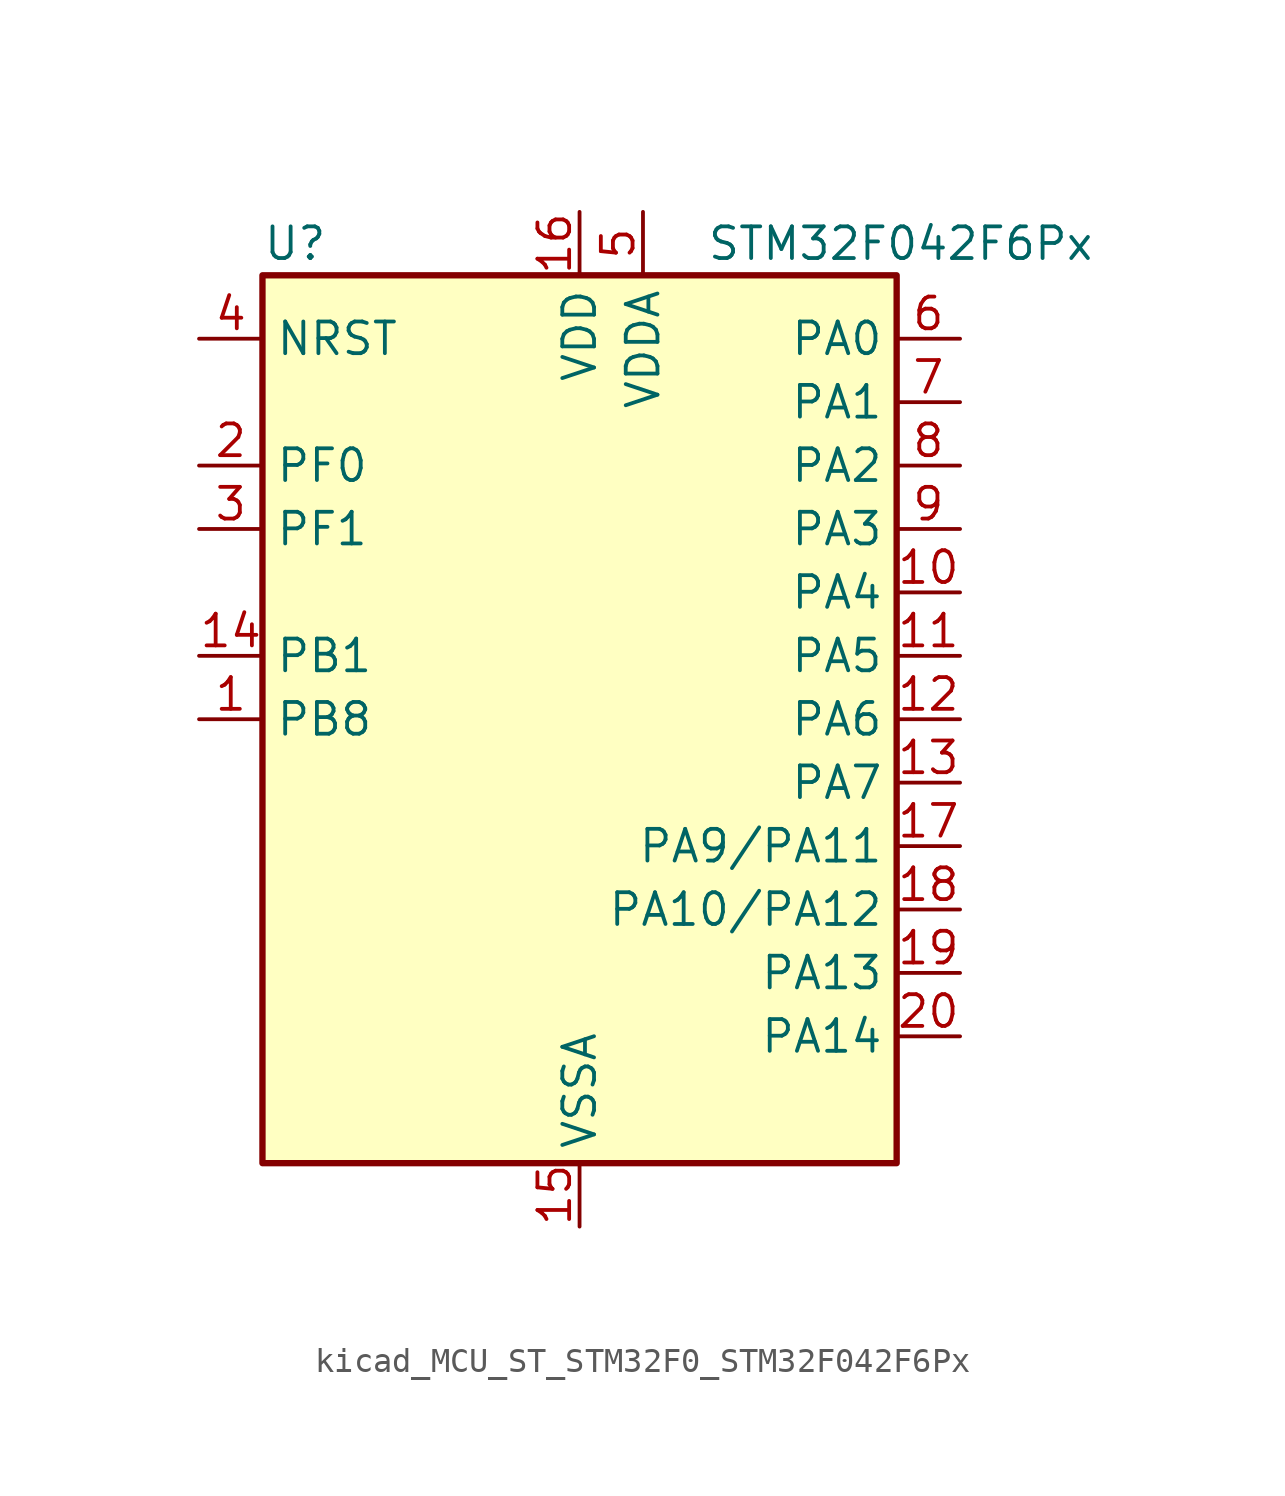
<source format=kicad_sym>
(kicad_symbol_lib
  (version 20220914)
  (generator kicad_symbol_editor)
  (symbol "kicad_MCU_ST_STM32F0_STM32F042F6Px"
    (property "Reference" "U"
      (at -12.7 19.05 0)
      (effects (font (size 1.27 1.27)) (justify left)))
    (property "Value" "STM32F042F6Px"
      (at 5.08 19.05 0)
      (effects (font (size 1.27 1.27)) (justify left)))
    (property "ki_locked" ""
      (at 0 0 0)
      (effects (font (size 1.27 1.27))))
    (symbol "kicad_MCU_ST_STM32F0_STM32F042F6Px_0_1"
      (rectangle (start -12.7 -17.78) (end 12.7 17.78) (stroke (width 0.254) (type default)) (fill (type background))))
    (symbol "kicad_MCU_ST_STM32F0_STM32F042F6Px_1_1"
      (pin bidirectional line (at -15.24 0 0) (length 2.54) (name "PB8" (effects (font (size 1.27 1.27)))) (number "1" (effects (font (size 1.27 1.27)))) (alternate "CAN_RX" bidirectional line) (alternate "CEC" bidirectional line) (alternate "I2C1_SCL" bidirectional line) (alternate "TIM16_CH1" bidirectional line) (alternate "TSC_SYNC" bidirectional line))
      (pin bidirectional line (at 15.24 5.08 180) (length 2.54) (name "PA4" (effects (font (size 1.27 1.27)))) (number "10" (effects (font (size 1.27 1.27)))) (alternate "ADC_IN4" bidirectional line) (alternate "I2S1_WS" bidirectional line) (alternate "SPI1_NSS" bidirectional line) (alternate "TIM14_CH1" bidirectional line) (alternate "TSC_G2_IO1" bidirectional line) (alternate "USART2_CK" bidirectional line) (alternate "USB_NOE" bidirectional line))
      (pin bidirectional line (at 15.24 2.54 180) (length 2.54) (name "PA5" (effects (font (size 1.27 1.27)))) (number "11" (effects (font (size 1.27 1.27)))) (alternate "ADC_IN5" bidirectional line) (alternate "CEC" bidirectional line) (alternate "I2S1_CK" bidirectional line) (alternate "SPI1_SCK" bidirectional line) (alternate "TIM2_CH1" bidirectional line) (alternate "TIM2_ETR" bidirectional line) (alternate "TSC_G2_IO2" bidirectional line))
      (pin bidirectional line (at 15.24 0 180) (length 2.54) (name "PA6" (effects (font (size 1.27 1.27)))) (number "12" (effects (font (size 1.27 1.27)))) (alternate "ADC_IN6" bidirectional line) (alternate "I2S1_MCK" bidirectional line) (alternate "SPI1_MISO" bidirectional line) (alternate "TIM16_CH1" bidirectional line) (alternate "TIM1_BKIN" bidirectional line) (alternate "TIM3_CH1" bidirectional line) (alternate "TSC_G2_IO3" bidirectional line))
      (pin bidirectional line (at 15.24 -2.54 180) (length 2.54) (name "PA7" (effects (font (size 1.27 1.27)))) (number "13" (effects (font (size 1.27 1.27)))) (alternate "ADC_IN7" bidirectional line) (alternate "I2S1_SD" bidirectional line) (alternate "SPI1_MOSI" bidirectional line) (alternate "TIM14_CH1" bidirectional line) (alternate "TIM17_CH1" bidirectional line) (alternate "TIM1_CH1N" bidirectional line) (alternate "TIM3_CH2" bidirectional line) (alternate "TSC_G2_IO4" bidirectional line))
      (pin bidirectional line (at -15.24 2.54 0) (length 2.54) (name "PB1" (effects (font (size 1.27 1.27)))) (number "14" (effects (font (size 1.27 1.27)))) (alternate "ADC_IN9" bidirectional line) (alternate "TIM14_CH1" bidirectional line) (alternate "TIM1_CH3N" bidirectional line) (alternate "TIM3_CH4" bidirectional line))
      (pin power_in line (at 0 -20.32 90) (length 2.54) (name "VSSA" (effects (font (size 1.27 1.27)))) (number "15" (effects (font (size 1.27 1.27)))))
      (pin power_in line (at 0 20.32 270) (length 2.54) (name "VDD" (effects (font (size 1.27 1.27)))) (number "16" (effects (font (size 1.27 1.27)))))
      (pin bidirectional line (at 15.24 -5.08 180) (length 2.54) (name "PA9/PA11" (effects (font (size 1.27 1.27)))) (number "17" (effects (font (size 1.27 1.27)))) (alternate "I2C1_SCL" bidirectional line) (alternate "TIM1_CH2" bidirectional line) (alternate "TSC_G4_IO1" bidirectional line) (alternate "USART1_TX" bidirectional line))
      (pin bidirectional line (at 15.24 -7.62 180) (length 2.54) (name "PA10/PA12" (effects (font (size 1.27 1.27)))) (number "18" (effects (font (size 1.27 1.27)))) (alternate "I2C1_SDA" bidirectional line) (alternate "TIM17_BKIN" bidirectional line) (alternate "TIM1_CH3" bidirectional line) (alternate "TSC_G4_IO2" bidirectional line) (alternate "USART1_RX" bidirectional line))
      (pin bidirectional line (at 15.24 -10.16 180) (length 2.54) (name "PA13" (effects (font (size 1.27 1.27)))) (number "19" (effects (font (size 1.27 1.27)))) (alternate "IR_OUT" bidirectional line) (alternate "SYS_SWDIO" bidirectional line) (alternate "USB_NOE" bidirectional line))
      (pin bidirectional line (at -15.24 10.16 0) (length 2.54) (name "PF0" (effects (font (size 1.27 1.27)))) (number "2" (effects (font (size 1.27 1.27)))) (alternate "CRS_SYNC" bidirectional line) (alternate "I2C1_SDA" bidirectional line) (alternate "RCC_OSC_IN" bidirectional line))
      (pin bidirectional line (at 15.24 -12.7 180) (length 2.54) (name "PA14" (effects (font (size 1.27 1.27)))) (number "20" (effects (font (size 1.27 1.27)))) (alternate "SYS_SWCLK" bidirectional line) (alternate "USART2_TX" bidirectional line))
      (pin bidirectional line (at -15.24 7.62 0) (length 2.54) (name "PF1" (effects (font (size 1.27 1.27)))) (number "3" (effects (font (size 1.27 1.27)))) (alternate "I2C1_SCL" bidirectional line) (alternate "RCC_OSC_OUT" bidirectional line))
      (pin input line (at -15.24 15.24 0) (length 2.54) (name "NRST" (effects (font (size 1.27 1.27)))) (number "4" (effects (font (size 1.27 1.27)))))
      (pin power_in line (at 2.54 20.32 270) (length 2.54) (name "VDDA" (effects (font (size 1.27 1.27)))) (number "5" (effects (font (size 1.27 1.27)))))
      (pin bidirectional line (at 15.24 15.24 180) (length 2.54) (name "PA0" (effects (font (size 1.27 1.27)))) (number "6" (effects (font (size 1.27 1.27)))) (alternate "ADC_IN0" bidirectional line) (alternate "RTC_TAMP2" bidirectional line) (alternate "SYS_WKUP1" bidirectional line) (alternate "TIM2_CH1" bidirectional line) (alternate "TIM2_ETR" bidirectional line) (alternate "TSC_G1_IO1" bidirectional line) (alternate "USART2_CTS" bidirectional line))
      (pin bidirectional line (at 15.24 12.7 180) (length 2.54) (name "PA1" (effects (font (size 1.27 1.27)))) (number "7" (effects (font (size 1.27 1.27)))) (alternate "ADC_IN1" bidirectional line) (alternate "TIM2_CH2" bidirectional line) (alternate "TSC_G1_IO2" bidirectional line) (alternate "USART2_DE" bidirectional line) (alternate "USART2_RTS" bidirectional line))
      (pin bidirectional line (at 15.24 10.16 180) (length 2.54) (name "PA2" (effects (font (size 1.27 1.27)))) (number "8" (effects (font (size 1.27 1.27)))) (alternate "ADC_IN2" bidirectional line) (alternate "SYS_WKUP4" bidirectional line) (alternate "TIM2_CH3" bidirectional line) (alternate "TSC_G1_IO3" bidirectional line) (alternate "USART2_TX" bidirectional line))
      (pin bidirectional line (at 15.24 7.62 180) (length 2.54) (name "PA3" (effects (font (size 1.27 1.27)))) (number "9" (effects (font (size 1.27 1.27)))) (alternate "ADC_IN3" bidirectional line) (alternate "TIM2_CH4" bidirectional line) (alternate "TSC_G1_IO4" bidirectional line) (alternate "USART2_RX" bidirectional line)))))
</source>
